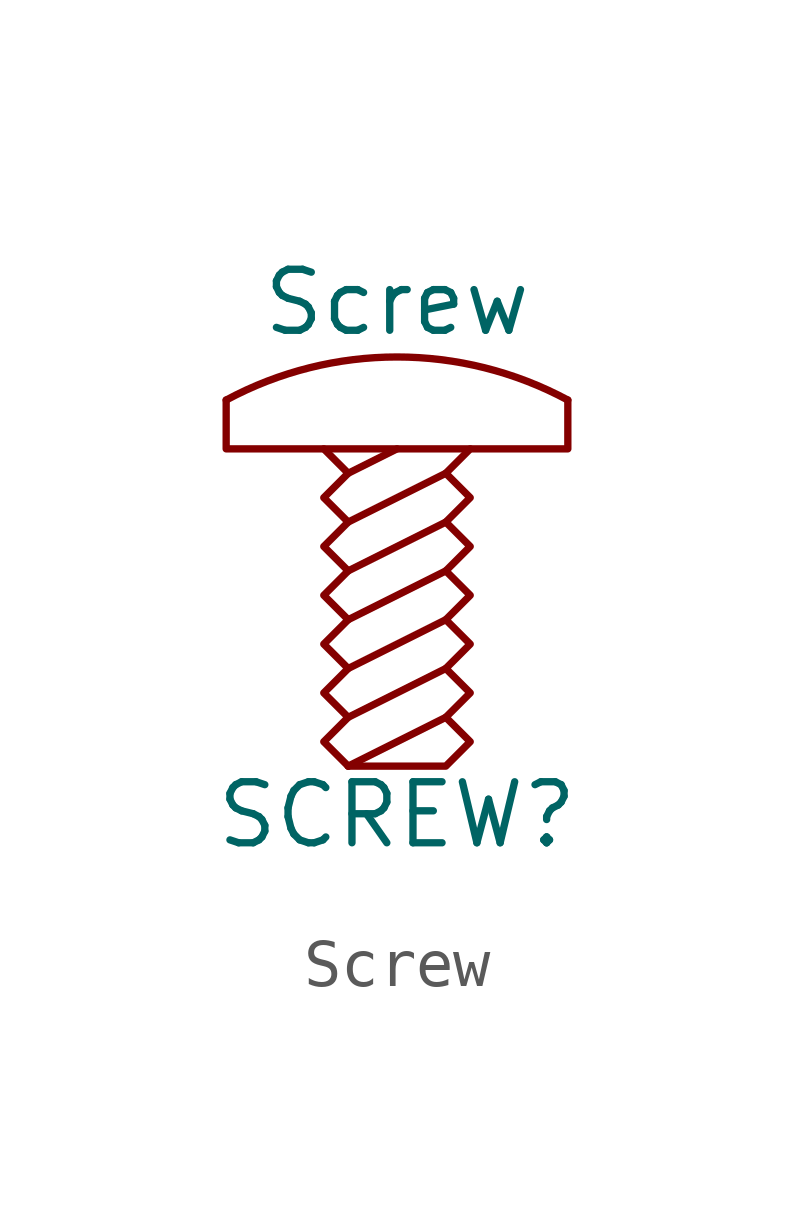
<source format=kicad_sym>
(kicad_symbol_lib
  (version 20220914)
  (generator kicad_symbol_editor)
  (symbol "Screw"
    (pin_names
      (offset 1.016))
    (property "Reference" "SCREW"
      (at 0 -6.35 0)
      (effects (font (size 1.27 1.27))))
    (property "Value" "Screw"
      (at 0 4.318 0)
      (effects (font (size 1.27 1.27))))
    (symbol "Screw_0_1"
      (polyline (pts (xy -1.524 1.27) (xy 1.524 1.27)) (stroke (width 0) (type solid)) (fill (type none)))
      (polyline (pts (xy -1.016 -4.318) (xy 1.016 -3.302)) (stroke (width 0) (type solid)) (fill (type none)))
      (polyline (pts (xy -1.016 -3.302) (xy 1.016 -2.286)) (stroke (width 0) (type solid)) (fill (type none)))
      (polyline (pts (xy -1.016 -2.286) (xy 1.016 -1.27)) (stroke (width 0) (type solid)) (fill (type none)))
      (polyline (pts (xy -1.016 -1.27) (xy 1.016 -0.254)) (stroke (width 0) (type solid)) (fill (type none)))
      (polyline (pts (xy -1.016 -0.254) (xy 1.016 0.762)) (stroke (width 0) (type solid)) (fill (type none)))
      (polyline (pts (xy -1.016 0.762) (xy 0 1.27)) (stroke (width 0) (type solid)) (fill (type none)))
      (polyline (pts (xy 1.016 -4.318) (xy -1.016 -5.334)) (stroke (width 0) (type solid)) (fill (type none)))
      (polyline (pts (xy -1.016 -5.334) (xy -1.524 -4.826) (xy -1.016 -4.318) (xy -1.524 -3.81) (xy -1.016 -3.302) (xy -1.524 -2.794) (xy -1.016 -2.286) (xy -1.524 -1.778) (xy -1.016 -1.27) (xy -1.524 -0.762) (xy -1.016 -0.254) (xy -1.524 0.254) (xy -1.016 0.762) (xy -1.524 1.27) (xy -3.556 1.27) (xy -3.556 2.286)) (stroke (width 0) (type solid)) (fill (type none)))
      (polyline (pts (xy -1.016 -5.334) (xy 1.016 -5.334) (xy 1.524 -4.826) (xy 1.016 -4.318) (xy 1.524 -3.81) (xy 1.016 -3.302) (xy 1.524 -2.794) (xy 1.016 -2.286) (xy 1.524 -1.778) (xy 1.016 -1.27) (xy 1.524 -0.762) (xy 1.016 -0.254) (xy 1.524 0.254) (xy 1.016 0.762) (xy 1.524 1.27) (xy 3.556 1.27) (xy 3.556 2.286)) (stroke (width 0) (type solid)) (fill (type none)))
      (arc (start 3.556 2.286) (mid 0 3.1825) (end -3.556 2.286) (stroke (width 0) (type solid)) (fill (type none))))))
</source>
